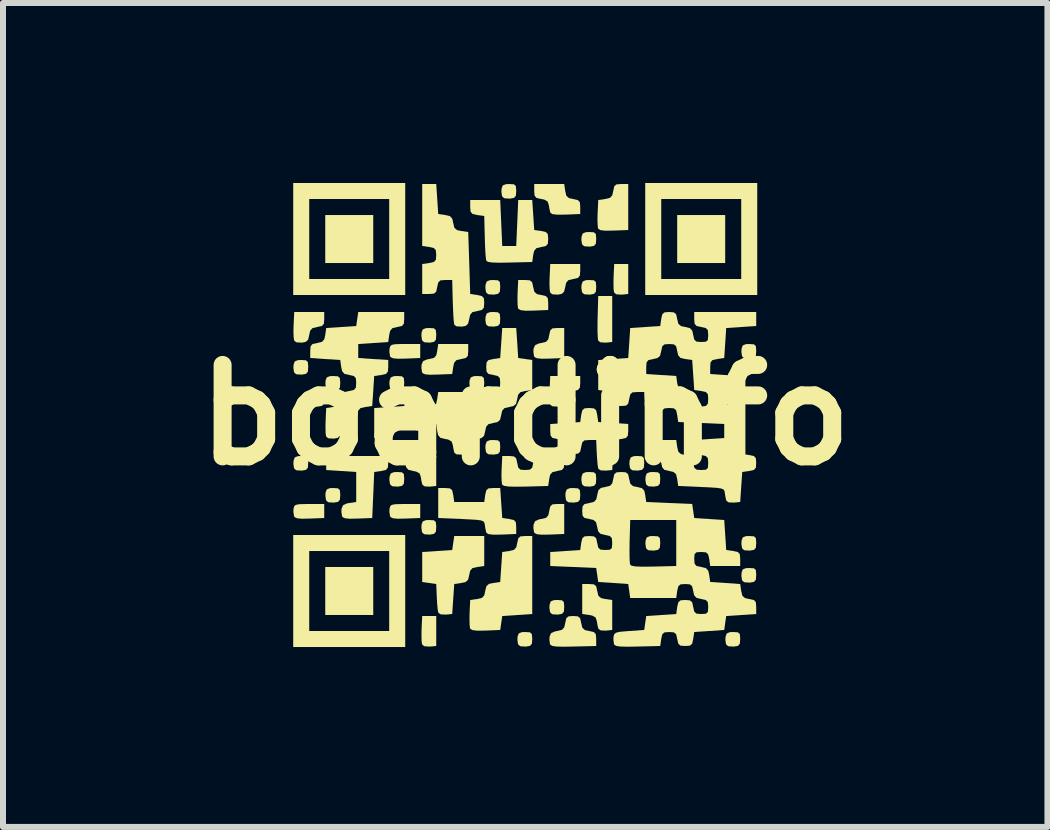
<source format=kicad_pcb>
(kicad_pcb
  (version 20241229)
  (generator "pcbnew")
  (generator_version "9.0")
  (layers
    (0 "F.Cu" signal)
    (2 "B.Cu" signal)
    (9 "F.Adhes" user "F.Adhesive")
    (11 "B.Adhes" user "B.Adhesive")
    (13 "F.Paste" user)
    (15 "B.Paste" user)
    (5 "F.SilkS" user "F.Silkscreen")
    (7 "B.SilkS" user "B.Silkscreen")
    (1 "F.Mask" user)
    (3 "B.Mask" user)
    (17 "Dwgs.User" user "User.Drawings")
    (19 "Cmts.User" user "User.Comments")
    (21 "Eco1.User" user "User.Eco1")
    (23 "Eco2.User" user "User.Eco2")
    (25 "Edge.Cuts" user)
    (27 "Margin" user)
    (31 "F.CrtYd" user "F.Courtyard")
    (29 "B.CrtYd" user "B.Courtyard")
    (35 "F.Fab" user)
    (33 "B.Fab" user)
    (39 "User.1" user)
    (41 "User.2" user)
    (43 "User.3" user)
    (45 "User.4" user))
  (footprint "boardinfo"
    (layer "F.Cu")
    (at 5.704 3.867)
    (property "Reference" "boardinfo" (at 0 0 0) (layer "F.SilkS") (effects (font (size 1.524 1.524) (thickness 0.3))))
    (attr board_only exclude_from_pos_files exclude_from_bom)
    (fp_poly (pts (xy -2.533 -2.533) (xy -3.333 -2.533) (xy -3.333 -3.333) (xy -2.533 -3.333)) (stroke (width 0) (type solid)) (fill yes) (layer "F.SilkS"))
    (fp_poly (pts (xy -2.533 3.333) (xy -3.333 3.333) (xy -3.333 2.533) (xy -2.533 2.533)) (stroke (width 0) (type solid)) (fill yes) (layer "F.SilkS"))
    (fp_poly (pts (xy 3.333 -2.533) (xy 2.533 -2.533) (xy 2.533 -3.333) (xy 3.333 -3.333)) (stroke (width 0) (type solid)) (fill yes) (layer "F.SilkS"))
    (fp_poly (pts (xy -1.483 3.85) (xy -1.592 3.86) (xy -1.683 3.854) (xy -1.719 3.824) (xy -1.727 3.767) (xy -1.729 3.667) (xy -1.727 3.563) (xy -1.717 3.35) (xy -1.483 3.35)) (stroke (width 0) (type solid)) (fill yes) (layer "F.SilkS"))
    (fp_poly (pts (xy 0.117 0.383) (xy 0.008 0.394) (xy -0.083 0.388) (xy -0.119 0.357) (xy -0.127 0.3) (xy -0.129 0.2) (xy -0.127 0.096) (xy -0.117 -0.117) (xy 0.117 -0.117)) (stroke (width 0) (type solid)) (fill yes) (layer "F.SilkS"))
    (fp_poly (pts (xy 1.717 -2.017) (xy 1.608 -2.006) (xy 1.517 -2.012) (xy 1.481 -2.043) (xy 1.473 -2.1) (xy 1.471 -2.2) (xy 1.473 -2.304) (xy 1.483 -2.517) (xy 1.717 -2.517)) (stroke (width 0) (type solid)) (fill yes) (layer "F.SilkS"))
    (fp_poly (pts (xy 1.45 -1.217) (xy 1.341 -1.206) (xy 1.251 -1.212) (xy 1.215 -1.242) (xy 1.209 -1.293) (xy 1.205 -1.394) (xy 1.205 -1.53) (xy 1.207 -1.636) (xy 1.217 -1.983) (xy 1.45 -1.983)) (stroke (width 0) (type solid)) (fill yes) (layer "F.SilkS"))
    (fp_poly (pts (xy -2 -2) (xy -3.867 -2) (xy -3.867 -2.267) (xy -3.6 -2.267) (xy -2.267 -2.267) (xy -2.267 -3.6) (xy -3.6 -3.6) (xy -3.6 -2.267) (xy -3.867 -2.267) (xy -3.867 -3.867) (xy -2 -3.867)) (stroke (width 0) (type solid)) (fill yes) (layer "F.SilkS"))
    (fp_poly (pts (xy -2 3.867) (xy -3.867 3.867) (xy -3.867 3.6) (xy -3.6 3.6) (xy -2.267 3.6) (xy -2.267 2.267) (xy -3.6 2.267) (xy -3.6 3.6) (xy -3.867 3.6) (xy -3.867 2) (xy -2 2)) (stroke (width 0) (type solid)) (fill yes) (layer "F.SilkS"))
    (fp_poly (pts (xy 3.867 -2) (xy 2 -2) (xy 2 -2.267) (xy 2.267 -2.267) (xy 3.6 -2.267) (xy 3.6 -3.6) (xy 2.267 -3.6) (xy 2.267 -2.267) (xy 2 -2.267) (xy 2 -3.867) (xy 3.867 -3.867)) (stroke (width 0) (type solid)) (fill yes) (layer "F.SilkS"))
    (fp_poly (pts (xy -3.655 -0.912) (xy -3.623 -0.882) (xy -3.617 -0.809) (xy -3.617 -0.8) (xy -3.623 -0.721) (xy -3.654 -0.686) (xy -3.725 -0.673) (xy -3.818 -0.679) (xy -3.853 -0.712) (xy -3.864 -0.784) (xy -3.861 -0.839) (xy -3.841 -0.893) (xy -3.79 -0.914) (xy -3.733 -0.917)) (stroke (width 0) (type solid)) (fill yes) (layer "F.SilkS"))
    (fp_poly (pts (xy -3.655 0.688) (xy -3.623 0.718) (xy -3.617 0.791) (xy -3.617 0.8) (xy -3.623 0.879) (xy -3.654 0.914) (xy -3.725 0.927) (xy -3.818 0.921) (xy -3.853 0.888) (xy -3.864 0.816) (xy -3.861 0.761) (xy -3.841 0.707) (xy -3.79 0.686) (xy -3.733 0.683)) (stroke (width 0) (type solid)) (fill yes) (layer "F.SilkS"))
    (fp_poly (pts (xy -3.388 -0.378) (xy -3.356 -0.349) (xy -3.35 -0.276) (xy -3.35 -0.267) (xy -3.356 -0.187) (xy -3.387 -0.152) (xy -3.459 -0.14) (xy -3.551 -0.146) (xy -3.586 -0.179) (xy -3.597 -0.251) (xy -3.594 -0.306) (xy -3.575 -0.359) (xy -3.523 -0.381) (xy -3.467 -0.383)) (stroke (width 0) (type solid)) (fill yes) (layer "F.SilkS"))
    (fp_poly (pts (xy -3.35 1.717) (xy -3.592 1.726) (xy -3.725 1.729) (xy -3.805 1.721) (xy -3.845 1.701) (xy -3.853 1.687) (xy -3.864 1.616) (xy -3.861 1.561) (xy -3.851 1.521) (xy -3.825 1.498) (xy -3.769 1.487) (xy -3.667 1.484) (xy -3.6 1.483) (xy -3.35 1.483)) (stroke (width 0) (type solid)) (fill yes) (layer "F.SilkS"))
    (fp_poly (pts (xy -3.122 -0.645) (xy -3.09 -0.616) (xy -3.083 -0.542) (xy -3.083 -0.533) (xy -3.089 -0.454) (xy -3.121 -0.419) (xy -3.192 -0.406) (xy -3.284 -0.413) (xy -3.32 -0.445) (xy -3.33 -0.518) (xy -3.328 -0.573) (xy -3.308 -0.626) (xy -3.257 -0.647) (xy -3.2 -0.65)) (stroke (width 0) (type solid)) (fill yes) (layer "F.SilkS"))
    (fp_poly (pts (xy -3.122 1.222) (xy -3.09 1.251) (xy -3.083 1.324) (xy -3.083 1.333) (xy -3.089 1.413) (xy -3.121 1.448) (xy -3.192 1.46) (xy -3.284 1.454) (xy -3.32 1.421) (xy -3.33 1.349) (xy -3.328 1.294) (xy -3.308 1.241) (xy -3.257 1.219) (xy -3.2 1.217)) (stroke (width 0) (type solid)) (fill yes) (layer "F.SilkS"))
    (fp_poly (pts (xy -2.055 -0.645) (xy -2.023 -0.616) (xy -2.017 -0.542) (xy -2.017 -0.533) (xy -2.023 -0.454) (xy -2.054 -0.419) (xy -2.125 -0.406) (xy -2.218 -0.413) (xy -2.253 -0.445) (xy -2.264 -0.518) (xy -2.261 -0.573) (xy -2.241 -0.626) (xy -2.19 -0.647) (xy -2.133 -0.65)) (stroke (width 0) (type solid)) (fill yes) (layer "F.SilkS"))
    (fp_poly (pts (xy -2.055 0.955) (xy -2.023 0.984) (xy -2.017 1.058) (xy -2.017 1.067) (xy -2.023 1.146) (xy -2.054 1.181) (xy -2.125 1.194) (xy -2.218 1.187) (xy -2.253 1.155) (xy -2.264 1.082) (xy -2.261 1.027) (xy -2.241 0.974) (xy -2.19 0.953) (xy -2.133 0.95)) (stroke (width 0) (type solid)) (fill yes) (layer "F.SilkS"))
    (fp_poly (pts (xy -1.75 -0.95) (xy -1.992 -0.94) (xy -2.125 -0.938) (xy -2.205 -0.946) (xy -2.245 -0.966) (xy -2.253 -0.979) (xy -2.264 -1.051) (xy -2.261 -1.106) (xy -2.251 -1.145) (xy -2.225 -1.169) (xy -2.169 -1.18) (xy -2.067 -1.183) (xy -2 -1.183) (xy -1.75 -1.183)) (stroke (width 0) (type solid)) (fill yes) (layer "F.SilkS"))
    (fp_poly (pts (xy -1.75 1.717) (xy -1.992 1.726) (xy -2.125 1.729) (xy -2.205 1.721) (xy -2.245 1.701) (xy -2.253 1.687) (xy -2.264 1.616) (xy -2.261 1.561) (xy -2.251 1.521) (xy -2.225 1.498) (xy -2.169 1.487) (xy -2.067 1.484) (xy -2 1.483) (xy -1.75 1.483)) (stroke (width 0) (type solid)) (fill yes) (layer "F.SilkS"))
    (fp_poly (pts (xy -1.522 -1.445) (xy -1.49 -1.416) (xy -1.483 -1.342) (xy -1.483 -1.333) (xy -1.489 -1.254) (xy -1.521 -1.219) (xy -1.592 -1.206) (xy -1.684 -1.213) (xy -1.72 -1.245) (xy -1.73 -1.318) (xy -1.728 -1.373) (xy -1.708 -1.426) (xy -1.657 -1.447) (xy -1.6 -1.45)) (stroke (width 0) (type solid)) (fill yes) (layer "F.SilkS"))
    (fp_poly (pts (xy -1.522 1.755) (xy -1.49 1.784) (xy -1.483 1.858) (xy -1.483 1.867) (xy -1.489 1.946) (xy -1.521 1.981) (xy -1.592 1.994) (xy -1.684 1.987) (xy -1.72 1.955) (xy -1.73 1.882) (xy -1.728 1.827) (xy -1.708 1.774) (xy -1.657 1.753) (xy -1.6 1.75)) (stroke (width 0) (type solid)) (fill yes) (layer "F.SilkS"))
    (fp_poly (pts (xy -0.722 -0.645) (xy -0.69 -0.616) (xy -0.683 -0.542) (xy -0.683 -0.533) (xy -0.689 -0.454) (xy -0.721 -0.419) (xy -0.792 -0.406) (xy -0.884 -0.413) (xy -0.92 -0.445) (xy -0.93 -0.518) (xy -0.928 -0.573) (xy -0.908 -0.626) (xy -0.857 -0.647) (xy -0.8 -0.65)) (stroke (width 0) (type solid)) (fill yes) (layer "F.SilkS"))
    (fp_poly (pts (xy -0.455 -2.245) (xy -0.423 -2.216) (xy -0.417 -2.142) (xy -0.417 -2.133) (xy -0.423 -2.054) (xy -0.454 -2.019) (xy -0.525 -2.006) (xy -0.618 -2.013) (xy -0.653 -2.045) (xy -0.664 -2.118) (xy -0.661 -2.173) (xy -0.641 -2.226) (xy -0.59 -2.247) (xy -0.533 -2.25)) (stroke (width 0) (type solid)) (fill yes) (layer "F.SilkS"))
    (fp_poly (pts (xy -0.455 -1.712) (xy -0.423 -1.682) (xy -0.417 -1.609) (xy -0.417 -1.6) (xy -0.423 -1.521) (xy -0.454 -1.486) (xy -0.525 -1.473) (xy -0.618 -1.479) (xy -0.653 -1.512) (xy -0.664 -1.584) (xy -0.661 -1.639) (xy -0.641 -1.693) (xy -0.59 -1.714) (xy -0.533 -1.717)) (stroke (width 0) (type solid)) (fill yes) (layer "F.SilkS"))
    (fp_poly (pts (xy -0.455 0.422) (xy -0.423 0.451) (xy -0.417 0.524) (xy -0.417 0.533) (xy -0.423 0.613) (xy -0.454 0.648) (xy -0.525 0.66) (xy -0.618 0.654) (xy -0.653 0.621) (xy -0.664 0.549) (xy -0.661 0.494) (xy -0.641 0.441) (xy -0.59 0.419) (xy -0.533 0.417)) (stroke (width 0) (type solid)) (fill yes) (layer "F.SilkS"))
    (fp_poly (pts (xy -0.188 -3.845) (xy -0.156 -3.816) (xy -0.15 -3.742) (xy -0.15 -3.733) (xy -0.156 -3.654) (xy -0.187 -3.619) (xy -0.259 -3.606) (xy -0.351 -3.613) (xy -0.386 -3.645) (xy -0.397 -3.718) (xy -0.394 -3.773) (xy -0.375 -3.826) (xy -0.323 -3.847) (xy -0.267 -3.85)) (stroke (width 0) (type solid)) (fill yes) (layer "F.SilkS"))
    (fp_poly (pts (xy 0.078 3.622) (xy 0.11 3.651) (xy 0.117 3.724) (xy 0.117 3.733) (xy 0.111 3.813) (xy 0.079 3.848) (xy 0.008 3.86) (xy -0.084 3.854) (xy -0.12 3.821) (xy -0.13 3.749) (xy -0.128 3.694) (xy -0.108 3.641) (xy -0.057 3.619) (xy 0 3.617)) (stroke (width 0) (type solid)) (fill yes) (layer "F.SilkS"))
    (fp_poly (pts (xy 0.612 3.088) (xy 0.644 3.118) (xy 0.65 3.191) (xy 0.65 3.2) (xy 0.644 3.279) (xy 0.613 3.314) (xy 0.541 3.327) (xy 0.449 3.321) (xy 0.414 3.288) (xy 0.403 3.216) (xy 0.406 3.161) (xy 0.425 3.107) (xy 0.477 3.086) (xy 0.533 3.083)) (stroke (width 0) (type solid)) (fill yes) (layer "F.SilkS"))
    (fp_poly (pts (xy 0.878 1.222) (xy 0.91 1.251) (xy 0.917 1.324) (xy 0.917 1.333) (xy 0.911 1.413) (xy 0.879 1.448) (xy 0.808 1.46) (xy 0.716 1.454) (xy 0.68 1.421) (xy 0.67 1.349) (xy 0.672 1.294) (xy 0.692 1.241) (xy 0.743 1.219) (xy 0.8 1.217)) (stroke (width 0) (type solid)) (fill yes) (layer "F.SilkS"))
    (fp_poly (pts (xy 1.145 -3.045) (xy 1.177 -3.016) (xy 1.183 -2.942) (xy 1.183 -2.933) (xy 1.177 -2.854) (xy 1.146 -2.819) (xy 1.075 -2.806) (xy 0.982 -2.813) (xy 0.947 -2.845) (xy 0.936 -2.918) (xy 0.939 -2.973) (xy 0.959 -3.026) (xy 1.01 -3.047) (xy 1.067 -3.05)) (stroke (width 0) (type solid)) (fill yes) (layer "F.SilkS"))
    (fp_poly (pts (xy 1.145 -2.245) (xy 1.177 -2.216) (xy 1.183 -2.142) (xy 1.183 -2.133) (xy 1.177 -2.054) (xy 1.146 -2.019) (xy 1.075 -2.006) (xy 0.982 -2.013) (xy 0.947 -2.045) (xy 0.936 -2.118) (xy 0.939 -2.173) (xy 0.959 -2.226) (xy 1.01 -2.247) (xy 1.067 -2.25)) (stroke (width 0) (type solid)) (fill yes) (layer "F.SilkS"))
    (fp_poly (pts (xy 1.145 0.955) (xy 1.177 0.984) (xy 1.183 1.058) (xy 1.183 1.067) (xy 1.177 1.146) (xy 1.146 1.181) (xy 1.075 1.194) (xy 0.982 1.187) (xy 0.947 1.155) (xy 0.936 1.082) (xy 0.939 1.027) (xy 0.959 0.974) (xy 1.01 0.953) (xy 1.067 0.95)) (stroke (width 0) (type solid)) (fill yes) (layer "F.SilkS"))
    (fp_poly (pts (xy 1.945 0.688) (xy 1.977 0.718) (xy 1.983 0.791) (xy 1.983 0.8) (xy 1.977 0.879) (xy 1.946 0.914) (xy 1.875 0.927) (xy 1.782 0.921) (xy 1.747 0.888) (xy 1.736 0.816) (xy 1.739 0.761) (xy 1.759 0.707) (xy 1.81 0.686) (xy 1.867 0.683)) (stroke (width 0) (type solid)) (fill yes) (layer "F.SilkS"))
    (fp_poly (pts (xy 2.212 0.955) (xy 2.244 0.984) (xy 2.25 1.058) (xy 2.25 1.067) (xy 2.244 1.146) (xy 2.213 1.181) (xy 2.141 1.194) (xy 2.049 1.187) (xy 2.014 1.155) (xy 2.003 1.082) (xy 2.006 1.027) (xy 2.025 0.974) (xy 2.077 0.953) (xy 2.133 0.95)) (stroke (width 0) (type solid)) (fill yes) (layer "F.SilkS"))
    (fp_poly (pts (xy 2.212 2.022) (xy 2.244 2.051) (xy 2.25 2.124) (xy 2.25 2.133) (xy 2.244 2.213) (xy 2.213 2.248) (xy 2.141 2.26) (xy 2.049 2.254) (xy 2.014 2.221) (xy 2.003 2.149) (xy 2.006 2.094) (xy 2.025 2.041) (xy 2.077 2.019) (xy 2.133 2.017)) (stroke (width 0) (type solid)) (fill yes) (layer "F.SilkS"))
    (fp_poly (pts (xy 3.545 3.622) (xy 3.577 3.651) (xy 3.583 3.724) (xy 3.583 3.733) (xy 3.577 3.813) (xy 3.546 3.848) (xy 3.475 3.86) (xy 3.382 3.854) (xy 3.347 3.821) (xy 3.336 3.749) (xy 3.339 3.694) (xy 3.359 3.641) (xy 3.41 3.619) (xy 3.467 3.617)) (stroke (width 0) (type solid)) (fill yes) (layer "F.SilkS"))
    (fp_poly (pts (xy 3.812 -1.178) (xy 3.844 -1.149) (xy 3.85 -1.076) (xy 3.85 -1.067) (xy 3.844 -0.987) (xy 3.813 -0.952) (xy 3.741 -0.94) (xy 3.649 -0.946) (xy 3.614 -0.979) (xy 3.603 -1.051) (xy 3.606 -1.106) (xy 3.625 -1.159) (xy 3.677 -1.181) (xy 3.733 -1.183)) (stroke (width 0) (type solid)) (fill yes) (layer "F.SilkS"))
    (fp_poly (pts (xy 3.812 2.022) (xy 3.844 2.051) (xy 3.85 2.124) (xy 3.85 2.133) (xy 3.844 2.213) (xy 3.813 2.248) (xy 3.741 2.26) (xy 3.649 2.254) (xy 3.614 2.221) (xy 3.603 2.149) (xy 3.606 2.094) (xy 3.625 2.041) (xy 3.677 2.019) (xy 3.733 2.017)) (stroke (width 0) (type solid)) (fill yes) (layer "F.SilkS"))
    (fp_poly (pts (xy 3.812 2.555) (xy 3.844 2.584) (xy 3.85 2.658) (xy 3.85 2.667) (xy 3.844 2.746) (xy 3.813 2.781) (xy 3.741 2.794) (xy 3.649 2.787) (xy 3.614 2.755) (xy 3.603 2.682) (xy 3.606 2.627) (xy 3.625 2.574) (xy 3.677 2.553) (xy 3.733 2.55)) (stroke (width 0) (type solid)) (fill yes) (layer "F.SilkS"))
    (fp_poly (pts (xy -3.35 -1.6) (xy -3.356 -1.521) (xy -3.389 -1.484) (xy -3.467 -1.467) (xy -3.547 -1.447) (xy -3.585 -1.404) (xy -3.6 -1.333) (xy -3.619 -1.253) (xy -3.66 -1.218) (xy -3.725 -1.206) (xy -3.817 -1.212) (xy -3.852 -1.243) (xy -3.86 -1.3) (xy -3.863 -1.4) (xy -3.86 -1.504) (xy -3.85 -1.717) (xy -3.35 -1.717)) (stroke (width 0) (type solid)) (fill yes) (layer "F.SilkS"))
    (fp_poly (pts (xy 0.917 -2.4) (xy 0.91 -2.321) (xy 0.878 -2.284) (xy 0.8 -2.267) (xy 0.719 -2.247) (xy 0.682 -2.204) (xy 0.667 -2.133) (xy 0.647 -2.053) (xy 0.607 -2.018) (xy 0.541 -2.006) (xy 0.45 -2.012) (xy 0.415 -2.043) (xy 0.407 -2.1) (xy 0.404 -2.2) (xy 0.407 -2.304) (xy 0.417 -2.517) (xy 0.917 -2.517)) (stroke (width 0) (type solid)) (fill yes) (layer "F.SilkS"))
    (fp_poly (pts (xy 0.917 -0.533) (xy 0.91 -0.454) (xy 0.878 -0.417) (xy 0.8 -0.4) (xy 0.719 -0.38) (xy 0.682 -0.337) (xy 0.667 -0.267) (xy 0.647 -0.187) (xy 0.607 -0.151) (xy 0.541 -0.14) (xy 0.45 -0.146) (xy 0.415 -0.176) (xy 0.407 -0.233) (xy 0.404 -0.333) (xy 0.407 -0.437) (xy 0.417 -0.65) (xy 0.917 -0.65)) (stroke (width 0) (type solid)) (fill yes) (layer "F.SilkS"))
    (fp_poly (pts (xy 0.65 -0.95) (xy 0.408 -0.94) (xy 0.275 -0.938) (xy 0.195 -0.946) (xy 0.155 -0.966) (xy 0.147 -0.979) (xy 0.136 -1.051) (xy 0.139 -1.106) (xy 0.164 -1.163) (xy 0.228 -1.193) (xy 0.267 -1.2) (xy 0.347 -1.22) (xy 0.385 -1.263) (xy 0.4 -1.333) (xy 0.418 -1.412) (xy 0.455 -1.444) (xy 0.533 -1.45) (xy 0.65 -1.45)) (stroke (width 0) (type solid)) (fill yes) (layer "F.SilkS"))
    (fp_poly (pts (xy 0.65 1.983) (xy 0.408 1.993) (xy 0.275 1.995) (xy 0.195 1.987) (xy 0.155 1.967) (xy 0.147 1.954) (xy 0.136 1.882) (xy 0.139 1.827) (xy 0.164 1.77) (xy 0.228 1.74) (xy 0.267 1.733) (xy 0.347 1.714) (xy 0.385 1.67) (xy 0.4 1.6) (xy 0.418 1.522) (xy 0.455 1.489) (xy 0.533 1.483) (xy 0.65 1.483)) (stroke (width 0) (type solid)) (fill yes) (layer "F.SilkS"))
    (fp_poly (pts (xy 1.717 -3.083) (xy 1.475 -3.074) (xy 1.339 -3.072) (xy 1.258 -3.08) (xy 1.22 -3.101) (xy 1.214 -3.11) (xy 1.207 -3.167) (xy 1.204 -3.266) (xy 1.207 -3.37) (xy 1.217 -3.583) (xy 1.333 -3.6) (xy 1.414 -3.62) (xy 1.451 -3.663) (xy 1.467 -3.733) (xy 1.484 -3.812) (xy 1.521 -3.844) (xy 1.6 -3.85) (xy 1.717 -3.85)) (stroke (width 0) (type solid)) (fill yes) (layer "F.SilkS"))
    (fp_poly (pts (xy 1.146 2.823) (xy 1.183 2.855) (xy 1.2 2.933) (xy 1.22 3.014) (xy 1.263 3.051) (xy 1.333 3.067) (xy 1.45 3.083) (xy 1.45 3.583) (xy 1.341 3.594) (xy 1.254 3.589) (xy 1.218 3.56) (xy 1.203 3.494) (xy 1.193 3.433) (xy 1.172 3.373) (xy 1.116 3.343) (xy 1.067 3.333) (xy 0.95 3.317) (xy 0.95 2.817) (xy 1.067 2.817)) (stroke (width 0) (type solid)) (fill yes) (layer "F.SilkS"))
    (fp_poly (pts (xy 0.079 -2.244) (xy 0.116 -2.211) (xy 0.133 -2.133) (xy 0.153 -2.053) (xy 0.196 -2.015) (xy 0.267 -2) (xy 0.345 -1.982) (xy 0.377 -1.945) (xy 0.383 -1.867) (xy 0.383 -1.75) (xy 0.141 -1.74) (xy 0.006 -1.738) (xy -0.075 -1.747) (xy -0.114 -1.768) (xy -0.119 -1.777) (xy -0.127 -1.833) (xy -0.129 -1.933) (xy -0.127 -2.037) (xy -0.117 -2.25) (xy 0 -2.25)) (stroke (width 0) (type solid)) (fill yes) (layer "F.SilkS"))
    (fp_poly (pts (xy -2.283 0.8) (xy -2.29 0.879) (xy -2.322 0.916) (xy -2.4 0.933) (xy -2.517 0.95) (xy -2.533 1.333) (xy -2.55 1.717) (xy -2.792 1.726) (xy -2.925 1.729) (xy -3.005 1.721) (xy -3.045 1.701) (xy -3.053 1.687) (xy -3.064 1.616) (xy -3.061 1.561) (xy -3.036 1.503) (xy -2.972 1.474) (xy -2.933 1.467) (xy -2.817 1.45) (xy -2.817 0.95) (xy -3.317 0.917) (xy -3.317 0.683) (xy -2.283 0.683)) (stroke (width 0) (type solid)) (fill yes) (layer "F.SilkS"))
    (fp_poly (pts (xy -0.95 -1.067) (xy -0.956 -0.987) (xy -0.989 -0.951) (xy -1.067 -0.933) (xy -1.147 -0.914) (xy -1.185 -0.87) (xy -1.2 -0.8) (xy -1.217 -0.683) (xy -1.459 -0.674) (xy -1.592 -0.671) (xy -1.672 -0.679) (xy -1.712 -0.699) (xy -1.72 -0.713) (xy -1.73 -0.784) (xy -1.728 -0.839) (xy -1.703 -0.897) (xy -1.638 -0.926) (xy -1.6 -0.933) (xy -1.519 -0.953) (xy -1.482 -0.996) (xy -1.467 -1.067) (xy -1.45 -1.183) (xy -0.95 -1.183)) (stroke (width 0) (type solid)) (fill yes) (layer "F.SilkS"))
    (fp_poly (pts (xy 0.667 -3.733) (xy 0.686 -3.653) (xy 0.73 -3.615) (xy 0.8 -3.6) (xy 0.878 -3.582) (xy 0.911 -3.545) (xy 0.917 -3.467) (xy 0.917 -3.35) (xy 0.675 -3.34) (xy 0.536 -3.339) (xy 0.453 -3.348) (xy 0.419 -3.371) (xy 0.418 -3.374) (xy 0.403 -3.439) (xy 0.393 -3.5) (xy 0.372 -3.56) (xy 0.316 -3.591) (xy 0.267 -3.6) (xy 0.188 -3.618) (xy 0.156 -3.655) (xy 0.15 -3.733) (xy 0.15 -3.85) (xy 0.65 -3.85)) (stroke (width 0) (type solid)) (fill yes) (layer "F.SilkS"))
    (fp_poly (pts (xy -1.733 0.533) (xy -1.714 0.614) (xy -1.67 0.651) (xy -1.6 0.667) (xy -1.483 0.683) (xy -1.483 1.183) (xy -1.592 1.194) (xy -1.679 1.189) (xy -1.715 1.16) (xy -1.731 1.094) (xy -1.74 1.033) (xy -1.761 0.973) (xy -1.818 0.943) (xy -1.867 0.933) (xy -1.947 0.914) (xy -1.985 0.87) (xy -2 0.8) (xy -2.02 0.719) (xy -2.063 0.682) (xy -2.133 0.667) (xy -2.212 0.649) (xy -2.244 0.612) (xy -2.25 0.533) (xy -2.25 0.417) (xy -1.75 0.417)) (stroke (width 0) (type solid)) (fill yes) (layer "F.SilkS"))
    (fp_poly (pts (xy -0.683 2.517) (xy -0.8 2.533) (xy -0.881 2.553) (xy -0.918 2.596) (xy -0.933 2.667) (xy -0.953 2.747) (xy -0.996 2.785) (xy -1.067 2.8) (xy -1.183 2.817) (xy -1.2 3.067) (xy -1.217 3.317) (xy -1.325 3.327) (xy -1.412 3.322) (xy -1.449 3.294) (xy -1.459 3.239) (xy -1.468 3.141) (xy -1.474 3.033) (xy -1.483 2.817) (xy -1.6 2.8) (xy -1.717 2.783) (xy -1.717 2.283) (xy -1.467 2.267) (xy -1.217 2.25) (xy -1.2 2.133) (xy -1.183 2.017) (xy -0.683 2.017)) (stroke (width 0) (type solid)) (fill yes) (layer "F.SilkS"))
    (fp_poly (pts (xy 0.879 3.356) (xy 0.916 3.389) (xy 0.933 3.467) (xy 0.953 3.547) (xy 0.996 3.585) (xy 1.067 3.6) (xy 1.145 3.618) (xy 1.177 3.655) (xy 1.183 3.733) (xy 1.183 3.85) (xy 0.808 3.859) (xy 0.639 3.862) (xy 0.525 3.859) (xy 0.457 3.85) (xy 0.422 3.833) (xy 0.413 3.82) (xy 0.403 3.749) (xy 0.406 3.694) (xy 0.43 3.637) (xy 0.495 3.607) (xy 0.533 3.6) (xy 0.614 3.58) (xy 0.651 3.537) (xy 0.667 3.467) (xy 0.684 3.388) (xy 0.721 3.356) (xy 0.8 3.35)) (stroke (width 0) (type solid)) (fill yes) (layer "F.SilkS"))
    (fp_poly (pts (xy -0.187 0.69) (xy -0.151 0.722) (xy -0.133 0.8) (xy -0.116 0.878) (xy -0.079 0.911) (xy 0 0.917) (xy 0.079 0.91) (xy 0.116 0.878) (xy 0.133 0.8) (xy 0.15 0.683) (xy 0.65 0.683) (xy 0.65 0.8) (xy 0.644 0.879) (xy 0.611 0.916) (xy 0.533 0.933) (xy 0.453 0.953) (xy 0.415 0.996) (xy 0.4 1.067) (xy 0.383 1.183) (xy 0.008 1.193) (xy -0.163 1.195) (xy -0.278 1.192) (xy -0.347 1.182) (xy -0.38 1.165) (xy -0.386 1.156) (xy -0.393 1.1) (xy -0.396 1) (xy -0.393 0.896) (xy -0.383 0.683) (xy -0.267 0.683)) (stroke (width 0) (type solid)) (fill yes) (layer "F.SilkS"))
    (fp_poly (pts (xy 0.117 3.317) (xy -0.383 3.35) (xy -0.4 3.467) (xy -0.417 3.583) (xy -0.659 3.593) (xy -0.794 3.595) (xy -0.875 3.586) (xy -0.914 3.566) (xy -0.919 3.556) (xy -0.927 3.5) (xy -0.929 3.4) (xy -0.927 3.296) (xy -0.917 3.083) (xy -0.8 3.067) (xy -0.719 3.047) (xy -0.682 3.004) (xy -0.667 2.933) (xy -0.647 2.853) (xy -0.604 2.815) (xy -0.533 2.8) (xy -0.417 2.783) (xy -0.4 2.533) (xy -0.383 2.283) (xy -0.267 2.267) (xy -0.186 2.247) (xy -0.149 2.204) (xy -0.133 2.133) (xy -0.116 2.055) (xy -0.079 2.023) (xy 0 2.017) (xy 0.117 2.017)) (stroke (width 0) (type solid)) (fill yes) (layer "F.SilkS"))
    (fp_poly (pts (xy -1.254 1.223) (xy -1.217 1.255) (xy -1.2 1.333) (xy -1.183 1.45) (xy -0.683 1.45) (xy -0.667 1.333) (xy -0.649 1.255) (xy -0.612 1.223) (xy -0.533 1.217) (xy -0.417 1.217) (xy -0.4 1.467) (xy -0.383 1.717) (xy -0.267 1.733) (xy -0.188 1.751) (xy -0.156 1.788) (xy -0.15 1.867) (xy -0.15 1.983) (xy -0.392 1.993) (xy -0.531 1.995) (xy -0.613 1.985) (xy -0.648 1.962) (xy -0.649 1.96) (xy -0.664 1.894) (xy -0.673 1.833) (xy -0.68 1.798) (xy -0.697 1.773) (xy -0.737 1.757) (xy -0.81 1.747) (xy -0.929 1.74) (xy -1.067 1.733) (xy -1.45 1.717) (xy -1.45 1.217) (xy -1.333 1.217)) (stroke (width 0) (type solid)) (fill yes) (layer "F.SilkS"))
    (fp_poly (pts (xy -0.4 -3.2) (xy -0.383 -2.817) (xy -0.15 -2.817) (xy -0.133 -3.2) (xy -0.117 -3.583) (xy 0.117 -3.583) (xy 0.15 -3.083) (xy 0.267 -3.067) (xy 0.345 -3.049) (xy 0.377 -3.012) (xy 0.383 -2.933) (xy 0.377 -2.854) (xy 0.345 -2.817) (xy 0.267 -2.8) (xy 0.186 -2.78) (xy 0.149 -2.737) (xy 0.133 -2.667) (xy 0.117 -2.55) (xy -0.259 -2.541) (xy -0.434 -2.538) (xy -0.552 -2.542) (xy -0.621 -2.553) (xy -0.649 -2.572) (xy -0.65 -2.574) (xy -0.657 -2.624) (xy -0.665 -2.724) (xy -0.671 -2.858) (xy -0.674 -2.967) (xy -0.683 -3.317) (xy -0.8 -3.333) (xy -0.878 -3.351) (xy -0.911 -3.388) (xy -0.917 -3.467) (xy -0.917 -3.583) (xy -0.417 -3.583)) (stroke (width 0) (type solid)) (fill yes) (layer "F.SilkS"))
    (fp_poly (pts (xy 1.146 -0.11) (xy 1.183 -0.078) (xy 1.2 0) (xy 1.217 0.117) (xy 1.717 0.15) (xy 1.717 0.267) (xy 1.71 0.346) (xy 1.678 0.383) (xy 1.6 0.4) (xy 1.483 0.417) (xy 1.467 0.667) (xy 1.45 0.917) (xy 1.341 0.927) (xy 1.254 0.922) (xy 1.217 0.894) (xy 1.208 0.839) (xy 1.199 0.741) (xy 1.192 0.633) (xy 1.183 0.417) (xy 1.067 0.417) (xy 0.987 0.423) (xy 0.951 0.455) (xy 0.933 0.533) (xy 0.916 0.612) (xy 0.879 0.644) (xy 0.8 0.65) (xy 0.721 0.644) (xy 0.684 0.611) (xy 0.667 0.533) (xy 0.647 0.453) (xy 0.604 0.415) (xy 0.533 0.4) (xy 0.455 0.382) (xy 0.423 0.345) (xy 0.417 0.267) (xy 0.417 0.15) (xy 0.917 0.117) (xy 0.933 0) (xy 0.951 -0.078) (xy 0.988 -0.111) (xy 1.067 -0.117)) (stroke (width 0) (type solid)) (fill yes) (layer "F.SilkS"))
    (fp_poly (pts (xy -1.45 -3.35) (xy -1.333 -3.333) (xy -1.253 -3.314) (xy -1.215 -3.27) (xy -1.2 -3.2) (xy -1.18 -3.119) (xy -1.137 -3.082) (xy -1.067 -3.067) (xy -0.95 -3.05) (xy -0.933 -2.533) (xy -0.917 -2.017) (xy -0.8 -2) (xy -0.722 -1.982) (xy -0.689 -1.945) (xy -0.683 -1.867) (xy -0.69 -1.787) (xy -0.722 -1.751) (xy -0.8 -1.733) (xy -0.881 -1.714) (xy -0.918 -1.67) (xy -0.933 -1.6) (xy -0.953 -1.52) (xy -0.993 -1.484) (xy -1.059 -1.473) (xy -1.146 -1.478) (xy -1.183 -1.506) (xy -1.19 -1.556) (xy -1.198 -1.657) (xy -1.204 -1.792) (xy -1.208 -1.9) (xy -1.217 -2.25) (xy -1.333 -2.25) (xy -1.413 -2.244) (xy -1.449 -2.211) (xy -1.467 -2.133) (xy -1.484 -2.055) (xy -1.521 -2.023) (xy -1.6 -2.017) (xy -1.717 -2.017) (xy -1.717 -2.517) (xy -1.6 -2.533) (xy -1.522 -2.551) (xy -1.489 -2.588) (xy -1.483 -2.667) (xy -1.49 -2.746) (xy -1.522 -2.783) (xy -1.6 -2.8) (xy -1.717 -2.817) (xy -1.717 -3.85) (xy -1.483 -3.85)) (stroke (width 0) (type solid)) (fill yes) (layer "F.SilkS"))
    (fp_poly (pts (xy -2.017 -1.6) (xy -2.023 -1.521) (xy -2.055 -1.484) (xy -2.133 -1.467) (xy -2.214 -1.447) (xy -2.251 -1.404) (xy -2.267 -1.333) (xy -2.283 -1.217) (xy -2.533 -1.2) (xy -2.783 -1.183) (xy -2.783 -0.95) (xy -2.533 -0.933) (xy -2.283 -0.917) (xy -2.283 -0.8) (xy -2.29 -0.721) (xy -2.322 -0.684) (xy -2.4 -0.667) (xy -2.517 -0.65) (xy -2.533 -0.4) (xy -2.55 -0.15) (xy -2.667 -0.133) (xy -2.747 -0.114) (xy -2.785 -0.07) (xy -2.8 0) (xy -2.82 0.081) (xy -2.863 0.118) (xy -2.933 0.133) (xy -3.014 0.153) (xy -3.051 0.196) (xy -3.067 0.267) (xy -3.086 0.347) (xy -3.127 0.382) (xy -3.192 0.394) (xy -3.283 0.388) (xy -3.319 0.357) (xy -3.327 0.3) (xy -3.329 0.2) (xy -3.327 0.096) (xy -3.317 -0.117) (xy -3.2 -0.133) (xy -3.119 -0.153) (xy -3.082 -0.196) (xy -3.067 -0.267) (xy -3.047 -0.347) (xy -3.004 -0.385) (xy -2.933 -0.4) (xy -2.855 -0.418) (xy -2.823 -0.455) (xy -2.817 -0.533) (xy -2.823 -0.613) (xy -2.855 -0.649) (xy -2.933 -0.667) (xy -3.014 -0.686) (xy -3.051 -0.73) (xy -3.067 -0.8) (xy -3.083 -0.917) (xy -3.333 -0.933) (xy -3.583 -0.95) (xy -3.583 -1.067) (xy -3.577 -1.146) (xy -3.545 -1.183) (xy -3.467 -1.2) (xy -3.386 -1.22) (xy -3.349 -1.263) (xy -3.333 -1.333) (xy -3.317 -1.45) (xy -2.817 -1.483) (xy -2.8 -1.6) (xy -2.783 -1.717) (xy -2.017 -1.717)) (stroke (width 0) (type solid)) (fill yes) (layer "F.SilkS"))
    (fp_poly (pts (xy -0.133 -1.2) (xy -0.117 -0.95) (xy 0 -0.933) (xy 0.117 -0.917) (xy 0.117 -0.417) (xy 0 -0.4) (xy -0.081 -0.38) (xy -0.118 -0.337) (xy -0.133 -0.267) (xy -0.153 -0.186) (xy -0.196 -0.149) (xy -0.267 -0.133) (xy -0.347 -0.114) (xy -0.385 -0.07) (xy -0.4 0) (xy -0.42 0.081) (xy -0.463 0.118) (xy -0.533 0.133) (xy -0.614 0.153) (xy -0.651 0.196) (xy -0.667 0.267) (xy -0.686 0.347) (xy -0.73 0.385) (xy -0.8 0.4) (xy -0.881 0.42) (xy -0.918 0.463) (xy -0.933 0.533) (xy -0.953 0.613) (xy -0.993 0.649) (xy -1.059 0.66) (xy -1.146 0.656) (xy -1.182 0.627) (xy -1.197 0.561) (xy -1.207 0.5) (xy -1.228 0.44) (xy -1.284 0.409) (xy -1.333 0.4) (xy -1.414 0.38) (xy -1.451 0.337) (xy -1.467 0.267) (xy -1.483 0.15) (xy -2.25 0.15) (xy -2.267 0.267) (xy -2.284 0.345) (xy -2.321 0.377) (xy -2.4 0.383) (xy -2.517 0.383) (xy -2.517 -0.117) (xy -2.267 -0.133) (xy -2.017 -0.15) (xy -2 -0.267) (xy -1.982 -0.345) (xy -1.945 -0.377) (xy -1.867 -0.383) (xy -1.787 -0.377) (xy -1.751 -0.345) (xy -1.733 -0.267) (xy -1.716 -0.188) (xy -1.679 -0.156) (xy -1.6 -0.15) (xy -1.521 -0.156) (xy -1.484 -0.189) (xy -1.467 -0.267) (xy -1.45 -0.383) (xy -0.95 -0.383) (xy -0.933 -0.267) (xy -0.916 -0.188) (xy -0.879 -0.156) (xy -0.8 -0.15) (xy -0.721 -0.156) (xy -0.684 -0.189) (xy -0.667 -0.267) (xy -0.647 -0.347) (xy -0.604 -0.385) (xy -0.533 -0.4) (xy -0.455 -0.418) (xy -0.423 -0.455) (xy -0.417 -0.533) (xy -0.423 -0.613) (xy -0.455 -0.649) (xy -0.533 -0.667) (xy -0.612 -0.684) (xy -0.644 -0.721) (xy -0.65 -0.8) (xy -0.644 -0.879) (xy -0.611 -0.916) (xy -0.533 -0.933) (xy -0.417 -0.95) (xy -0.4 -1.2) (xy -0.383 -1.45) (xy -0.15 -1.45)) (stroke (width 0) (type solid)) (fill yes) (layer "F.SilkS"))
    (fp_poly (pts (xy 1.679 0.956) (xy 1.716 0.989) (xy 1.733 1.067) (xy 1.753 1.147) (xy 1.796 1.185) (xy 1.867 1.2) (xy 1.947 1.22) (xy 1.985 1.263) (xy 2 1.333) (xy 2.017 1.45) (xy 2.4 1.467) (xy 2.783 1.483) (xy 2.8 1.6) (xy 2.817 1.717) (xy 3.317 1.75) (xy 3.35 2.25) (xy 3.467 2.267) (xy 3.545 2.284) (xy 3.577 2.321) (xy 3.583 2.4) (xy 3.583 2.517) (xy 3.083 2.517) (xy 3.067 2.4) (xy 3.049 2.322) (xy 3.012 2.289) (xy 2.933 2.283) (xy 2.855 2.288) (xy 2.823 2.318) (xy 2.817 2.391) (xy 2.817 2.4) (xy 2.823 2.479) (xy 2.855 2.516) (xy 2.933 2.533) (xy 3.014 2.553) (xy 3.051 2.596) (xy 3.067 2.667) (xy 3.083 2.783) (xy 3.333 2.8) (xy 3.583 2.817) (xy 3.6 2.933) (xy 3.62 3.014) (xy 3.663 3.051) (xy 3.733 3.067) (xy 3.812 3.084) (xy 3.844 3.121) (xy 3.85 3.2) (xy 3.85 3.317) (xy 3.35 3.35) (xy 3.333 3.467) (xy 3.317 3.583) (xy 3.067 3.6) (xy 2.817 3.617) (xy 2.8 3.733) (xy 2.782 3.812) (xy 2.745 3.844) (xy 2.667 3.85) (xy 2.587 3.844) (xy 2.551 3.811) (xy 2.533 3.733) (xy 2.516 3.655) (xy 2.479 3.623) (xy 2.4 3.617) (xy 2.321 3.623) (xy 2.284 3.655) (xy 2.267 3.733) (xy 2.25 3.85) (xy 1.874 3.859) (xy 1.705 3.862) (xy 1.592 3.859) (xy 1.523 3.85) (xy 1.489 3.833) (xy 1.48 3.82) (xy 1.47 3.749) (xy 1.472 3.694) (xy 1.483 3.654) (xy 1.512 3.629) (xy 1.574 3.614) (xy 1.682 3.604) (xy 1.733 3.6) (xy 1.983 3.583) (xy 2 3.467) (xy 2.017 3.35) (xy 2.517 3.317) (xy 2.533 3.2) (xy 2.551 3.122) (xy 2.588 3.089) (xy 2.667 3.083) (xy 2.746 3.09) (xy 2.783 3.122) (xy 2.8 3.2) (xy 2.818 3.278) (xy 2.855 3.311) (xy 2.933 3.317) (xy 3.012 3.312) (xy 3.044 3.282) (xy 3.05 3.209) (xy 3.05 3.2) (xy 3.044 3.121) (xy 3.011 3.084) (xy 2.933 3.067) (xy 2.853 3.047) (xy 2.815 3.004) (xy 2.8 2.933) (xy 2.782 2.855) (xy 2.745 2.823) (xy 2.667 2.817) (xy 2.587 2.823) (xy 2.551 2.855) (xy 2.533 2.933) (xy 2.517 3.05) (xy 1.75 3.05) (xy 1.717 2.817) (xy 1.467 2.8) (xy 1.217 2.783) (xy 1.2 2.667) (xy 1.183 2.55) (xy 0.8 2.533) (xy 0.417 2.517) (xy 0.417 2.283) (xy 0.667 2.267) (xy 0.917 2.25) (xy 0.933 2.133) (xy 0.951 2.055) (xy 0.988 2.023) (xy 1.067 2.017) (xy 1.146 2.023) (xy 1.183 2.055) (xy 1.2 2.133) (xy 1.218 2.212) (xy 1.255 2.244) (xy 1.333 2.25) (xy 1.38 2.247) (xy 1.738 2.247) (xy 1.739 2.373) (xy 1.743 2.461) (xy 1.748 2.491) (xy 1.771 2.511) (xy 1.829 2.523) (xy 1.931 2.528) (xy 2.086 2.527) (xy 2.141 2.526) (xy 2.517 2.517) (xy 2.517 1.75) (xy 1.75 1.75) (xy 1.74 2.098) (xy 1.738 2.247) (xy 1.38 2.247) (xy 1.412 2.245) (xy 1.444 2.216) (xy 1.45 2.142) (xy 1.45 2.133) (xy 1.444 2.054) (xy 1.411 2.017) (xy 1.333 2) (xy 1.253 1.98) (xy 1.215 1.937) (xy 1.2 1.867) (xy 1.18 1.786) (xy 1.137 1.749) (xy 1.067 1.733) (xy 0.988 1.716) (xy 0.956 1.679) (xy 0.95 1.6) (xy 0.956 1.521) (xy 0.989 1.484) (xy 1.067 1.467) (xy 1.147 1.447) (xy 1.185 1.404) (xy 1.2 1.333) (xy 1.22 1.253) (xy 1.263 1.215) (xy 1.333 1.2) (xy 1.414 1.18) (xy 1.451 1.137) (xy 1.467 1.067) (xy 1.484 0.988) (xy 1.521 0.956) (xy 1.6 0.95)) (stroke (width 0) (type solid)) (fill yes) (layer "F.SilkS"))
    (fp_poly (pts (xy 3.85 -1.483) (xy 3.35 -1.45) (xy 3.317 -0.95) (xy 3.2 -0.933) (xy 3.122 -0.916) (xy 3.089 -0.879) (xy 3.083 -0.8) (xy 3.083 -0.683) (xy 3.583 -0.65) (xy 3.583 -0.533) (xy 3.577 -0.454) (xy 3.545 -0.417) (xy 3.467 -0.4) (xy 3.388 -0.382) (xy 3.356 -0.345) (xy 3.35 -0.267) (xy 3.356 -0.187) (xy 3.389 -0.151) (xy 3.467 -0.133) (xy 3.583 -0.117) (xy 3.6 0.267) (xy 3.617 0.65) (xy 3.733 0.667) (xy 3.812 0.684) (xy 3.844 0.721) (xy 3.85 0.8) (xy 3.844 0.879) (xy 3.811 0.916) (xy 3.733 0.933) (xy 3.617 0.95) (xy 3.6 1.2) (xy 3.583 1.45) (xy 3.475 1.46) (xy 3.388 1.456) (xy 3.351 1.427) (xy 3.336 1.361) (xy 3.327 1.3) (xy 3.32 1.264) (xy 3.303 1.24) (xy 3.263 1.224) (xy 3.19 1.214) (xy 3.071 1.206) (xy 2.933 1.2) (xy 2.55 1.183) (xy 2.533 1.067) (xy 2.514 0.986) (xy 2.47 0.949) (xy 2.4 0.933) (xy 2.319 0.914) (xy 2.282 0.87) (xy 2.267 0.8) (xy 2.247 0.719) (xy 2.204 0.682) (xy 2.133 0.667) (xy 2.055 0.649) (xy 2.023 0.612) (xy 2.017 0.533) (xy 2.017 0.417) (xy 2.517 0.417) (xy 2.533 0.533) (xy 2.553 0.614) (xy 2.596 0.651) (xy 2.667 0.667) (xy 2.747 0.686) (xy 2.785 0.73) (xy 2.8 0.8) (xy 2.818 0.878) (xy 2.855 0.911) (xy 2.933 0.917) (xy 3.012 0.912) (xy 3.044 0.882) (xy 3.05 0.809) (xy 3.05 0.8) (xy 3.044 0.721) (xy 3.011 0.684) (xy 2.933 0.667) (xy 2.855 0.649) (xy 2.823 0.612) (xy 2.817 0.533) (xy 2.817 0.417) (xy 3.067 0.4) (xy 3.317 0.383) (xy 3.317 0.15) (xy 2.55 0.117) (xy 2.533 0) (xy 2.516 -0.078) (xy 2.479 -0.111) (xy 2.4 -0.117) (xy 2.321 -0.11) (xy 2.284 -0.078) (xy 2.267 0) (xy 2.249 0.078) (xy 2.212 0.111) (xy 2.133 0.117) (xy 2.017 0.117) (xy 2 -0.133) (xy 1.983 -0.383) (xy 1.867 -0.383) (xy 1.787 -0.377) (xy 1.751 -0.345) (xy 1.733 -0.267) (xy 1.716 -0.188) (xy 1.679 -0.156) (xy 1.6 -0.15) (xy 1.521 -0.156) (xy 1.484 -0.189) (xy 1.467 -0.267) (xy 1.447 -0.347) (xy 1.404 -0.385) (xy 1.333 -0.4) (xy 1.217 -0.417) (xy 1.217 -0.683) (xy 2.017 -0.683) (xy 2.517 -0.65) (xy 2.533 -0.533) (xy 2.553 -0.453) (xy 2.596 -0.415) (xy 2.667 -0.4) (xy 2.749 -0.378) (xy 2.786 -0.335) (xy 2.793 -0.3) (xy 2.811 -0.199) (xy 2.842 -0.15) (xy 2.9 -0.137) (xy 2.941 -0.14) (xy 3.015 -0.153) (xy 3.044 -0.19) (xy 3.05 -0.267) (xy 3.044 -0.346) (xy 3.011 -0.383) (xy 2.933 -0.4) (xy 2.817 -0.417) (xy 2.8 -0.667) (xy 2.783 -0.917) (xy 2.667 -0.933) (xy 2.586 -0.953) (xy 2.549 -0.996) (xy 2.533 -1.067) (xy 2.516 -1.145) (xy 2.479 -1.177) (xy 2.4 -1.183) (xy 2.321 -1.177) (xy 2.284 -1.145) (xy 2.267 -1.067) (xy 2.247 -0.986) (xy 2.204 -0.949) (xy 2.133 -0.933) (xy 2.055 -0.916) (xy 2.023 -0.879) (xy 2.017 -0.8) (xy 2.017 -0.683) (xy 1.217 -0.683) (xy 1.217 -0.917) (xy 1.467 -0.933) (xy 1.717 -0.95) (xy 1.75 -1.45) (xy 2.25 -1.483) (xy 2.267 -1.6) (xy 2.284 -1.678) (xy 2.321 -1.711) (xy 2.4 -1.717) (xy 2.479 -1.71) (xy 2.516 -1.678) (xy 2.533 -1.6) (xy 2.553 -1.519) (xy 2.596 -1.482) (xy 2.667 -1.467) (xy 2.747 -1.447) (xy 2.785 -1.404) (xy 2.8 -1.333) (xy 2.818 -1.255) (xy 2.855 -1.223) (xy 2.933 -1.217) (xy 3.012 -1.222) (xy 3.044 -1.251) (xy 3.05 -1.324) (xy 3.05 -1.333) (xy 3.044 -1.413) (xy 3.011 -1.449) (xy 2.933 -1.467) (xy 2.855 -1.484) (xy 2.823 -1.521) (xy 2.817 -1.6) (xy 2.817 -1.717) (xy 3.85 -1.717)) (stroke (width 0) (type solid)) (fill yes) (layer "F.SilkS")))
  (gr_rect
    (start -3 -3)
    (end 14.408 10.733)
    (stroke (width 0.1) (type default))
    (fill no)
    (layer "Edge.Cuts")))
</source>
